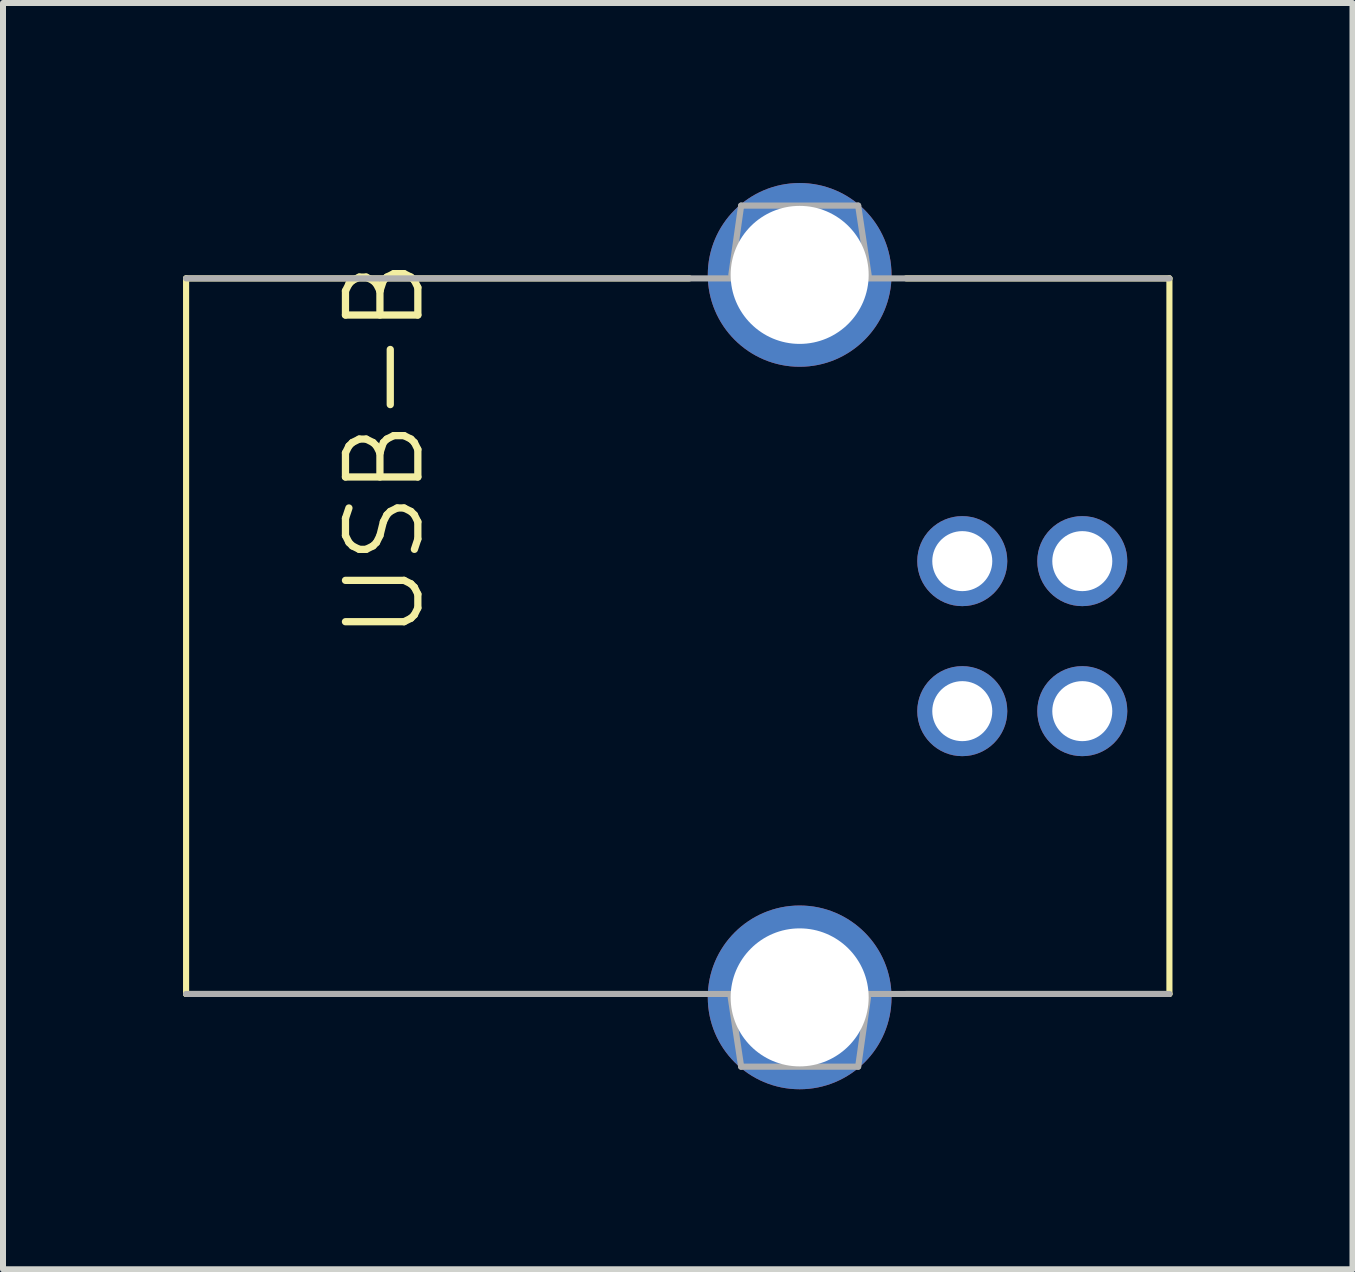
<source format=kicad_pcb>
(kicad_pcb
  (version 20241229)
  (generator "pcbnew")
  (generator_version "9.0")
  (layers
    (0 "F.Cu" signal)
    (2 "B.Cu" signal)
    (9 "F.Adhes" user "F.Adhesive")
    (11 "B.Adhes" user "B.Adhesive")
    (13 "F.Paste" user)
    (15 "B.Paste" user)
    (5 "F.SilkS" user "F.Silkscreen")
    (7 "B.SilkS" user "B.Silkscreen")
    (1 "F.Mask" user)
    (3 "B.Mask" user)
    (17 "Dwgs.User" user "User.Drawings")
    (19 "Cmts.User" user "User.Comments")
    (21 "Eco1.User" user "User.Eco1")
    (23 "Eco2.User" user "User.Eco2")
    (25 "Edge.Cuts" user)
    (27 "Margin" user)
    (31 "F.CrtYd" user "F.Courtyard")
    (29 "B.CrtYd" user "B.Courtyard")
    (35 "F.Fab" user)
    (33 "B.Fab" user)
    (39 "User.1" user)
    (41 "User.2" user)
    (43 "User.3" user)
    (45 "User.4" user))
  (footprint "USB-B"
    (layer "F.Cu")
    (at 8.244 7.424)
    (property "Reference" "USB-B" (at -5.588 -6.223 270) (layer "F.SilkS") (effects (font (size 1.206 1.206) (thickness 0.121)) (justify right top)))
    (attr through_hole)
    (fp_line (start -8.193 -5.835) (end -8.193 6.09) (stroke (width 0.102) (type solid)) (layer "F.SilkS"))
    (fp_line (start -8.193 6.09) (end 0.195 6.09) (stroke (width 0.102) (type solid)) (layer "F.SilkS"))
    (fp_line (start 0.195 -5.835) (end -8.193 -5.835) (stroke (width 0.102) (type solid)) (layer "F.SilkS"))
    (fp_line (start 3.807 6.09) (end 8.194 6.09) (stroke (width 0.102) (type solid)) (layer "F.SilkS"))
    (fp_line (start 8.194 -5.835) (end 3.807 -5.835) (stroke (width 0.102) (type solid)) (layer "F.SilkS"))
    (fp_line (start 8.194 6.09) (end 8.194 -5.835) (stroke (width 0.102) (type solid)) (layer "F.SilkS"))
    (fp_line (start -8.193 6.09) (end 8.194 6.09) (stroke (width 0.102) (type solid)) (layer "F.Fab"))
    (fp_line (start 0.882 6.139) (end 1.057 7.302) (stroke (width 0.102) (type solid)) (layer "F.Fab"))
    (fp_line (start 1.057 -7.048) (end 0.894 -5.898) (stroke (width 0.102) (type solid)) (layer "F.Fab"))
    (fp_line (start 1.057 7.302) (end 3.007 7.302) (stroke (width 0.102) (type solid)) (layer "F.Fab"))
    (fp_line (start 3.007 -7.048) (end 1.057 -7.048) (stroke (width 0.102) (type solid)) (layer "F.Fab"))
    (fp_line (start 3.007 7.302) (end 3.17 6.152) (stroke (width 0.102) (type solid)) (layer "F.Fab"))
    (fp_line (start 3.182 -5.886) (end 3.007 -7.048) (stroke (width 0.102) (type solid)) (layer "F.Fab"))
    (fp_line (start 8.194 -5.835) (end -8.193 -5.835) (stroke (width 0.102) (type solid)) (layer "F.Fab"))
    (pad "1" thru_hole circle (at 6.742 1.377 270) (size 1.5 1.5) (drill 1) (layers "*.Cu" "*.Mask"))
    (pad "2" thru_hole circle (at 6.742 -1.123 270) (size 1.5 1.5) (drill 1) (layers "*.Cu" "*.Mask"))
    (pad "3" thru_hole circle (at 4.742 -1.123 270) (size 1.5 1.5) (drill 1) (layers "*.Cu" "*.Mask"))
    (pad "4" thru_hole circle (at 4.742 1.377 270) (size 1.5 1.5) (drill 1) (layers "*.Cu" "*.Mask"))
    (pad "M1" thru_hole circle (at 2.032 -5.893 270) (size 3.062 3.062) (drill 2.3) (layers "*.Cu" "*.Mask"))
    (pad "M2" thru_hole circle (at 2.032 6.147 270) (size 3.062 3.062) (drill 2.3) (layers "*.Cu" "*.Mask")))
  (gr_rect
    (start -3 -3)
    (end 19.489 18.102)
    (stroke (width 0.1) (type default))
    (fill no)
    (layer "Edge.Cuts")))
</source>
